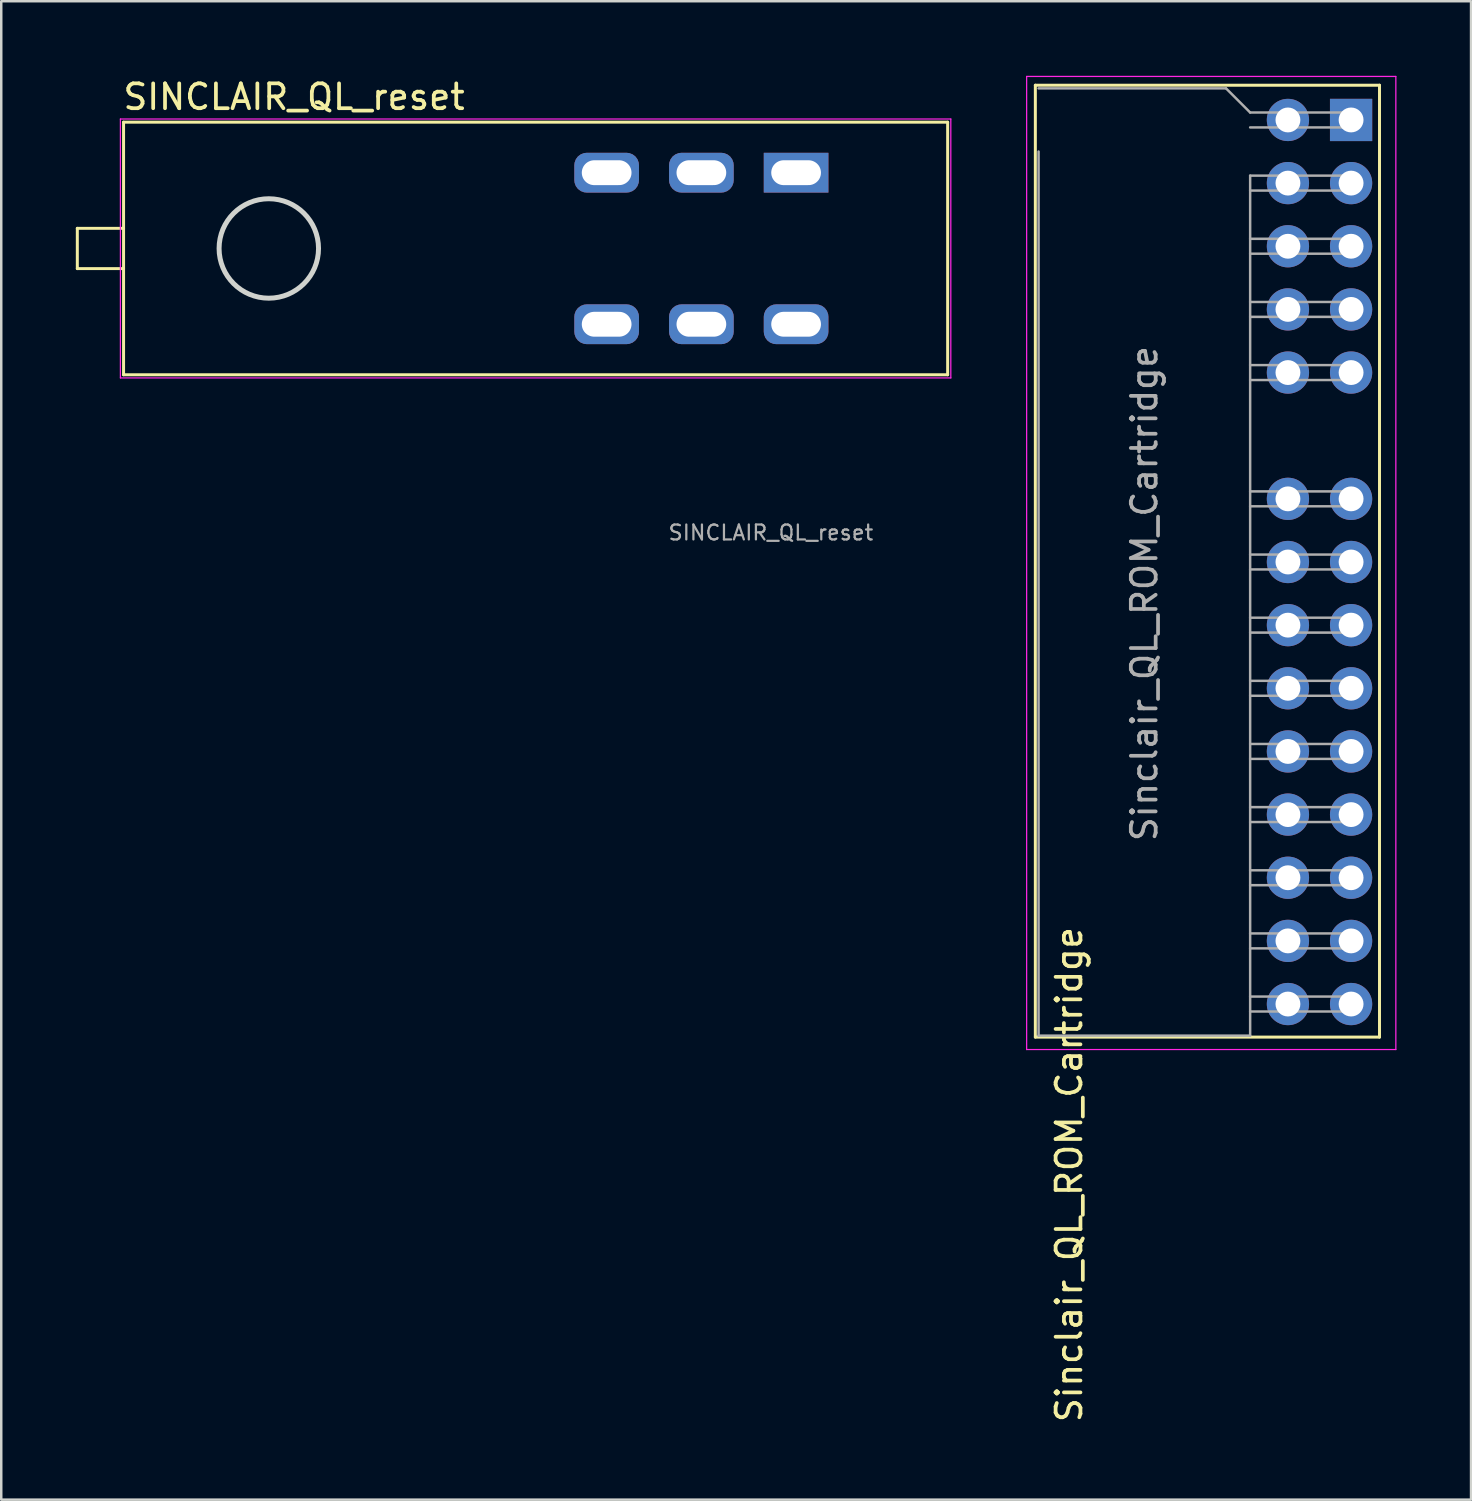
<source format=kicad_pcb>
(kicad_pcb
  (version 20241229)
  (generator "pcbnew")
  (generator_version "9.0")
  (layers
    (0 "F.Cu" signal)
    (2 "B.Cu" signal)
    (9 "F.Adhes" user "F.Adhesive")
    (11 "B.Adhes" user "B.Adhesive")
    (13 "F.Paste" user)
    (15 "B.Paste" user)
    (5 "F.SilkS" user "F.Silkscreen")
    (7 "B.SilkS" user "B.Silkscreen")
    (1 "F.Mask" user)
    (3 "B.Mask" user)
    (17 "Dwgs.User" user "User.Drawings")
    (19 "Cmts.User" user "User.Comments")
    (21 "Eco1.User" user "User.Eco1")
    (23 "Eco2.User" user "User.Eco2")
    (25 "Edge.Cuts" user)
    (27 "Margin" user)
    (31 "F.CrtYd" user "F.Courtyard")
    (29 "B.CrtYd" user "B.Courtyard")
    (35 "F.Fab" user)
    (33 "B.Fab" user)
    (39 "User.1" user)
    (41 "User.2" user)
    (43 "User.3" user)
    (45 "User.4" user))
  (footprint "SINCLAIR_QL_reset"
    (layer "F.Cu")
    (at 28.971 3.896)
    (property "Reference" "SINCLAIR_QL_reset" (at -20.193 -3.048 0) (layer "F.SilkS") (effects (font (size 1 1) (thickness 0.15))))
    (attr through_hole)
    (fp_circle (center -21.209 3.048) (end -18.959 3.048) (stroke (width 0.2) (type solid)) (fill yes) (layer "F.Mask"))
    (fp_circle (center -21.209 3.048) (end -18.959 3.048) (stroke (width 0.2) (type solid)) (fill yes) (layer "B.Mask"))
    (fp_line (start -28.911 2.238) (end -28.911 3.858) (stroke (width 0.12) (type solid)) (layer "F.SilkS"))
    (fp_line (start -28.911 2.238) (end -27.051 2.238) (stroke (width 0.12) (type solid)) (layer "F.SilkS"))
    (fp_line (start -28.911 3.858) (end -27.051 3.858) (stroke (width 0.12) (type solid)) (layer "F.SilkS"))
    (fp_line (start -27.051 -2.032) (end -27.051 8.128) (stroke (width 0.12) (type solid)) (layer "F.SilkS"))
    (fp_line (start -27.051 -2.032) (end 6.096 -2.032) (stroke (width 0.12) (type solid)) (layer "F.SilkS"))
    (fp_line (start -27.051 8.128) (end 6.096 8.128) (stroke (width 0.12) (type solid)) (layer "F.SilkS"))
    (fp_line (start 6.096 -2.032) (end 6.096 8.128) (stroke (width 0.12) (type solid)) (layer "F.SilkS"))
    (fp_circle (center -21.209 3.048) (end -19.209 3.048) (stroke (width 0.2) (type default)) (fill no) (layer "Edge.Cuts"))
    (fp_line (start -27.178 -2.159) (end -27.178 8.255) (stroke (width 0.05) (type solid)) (layer "F.CrtYd"))
    (fp_line (start -27.178 8.255) (end 6.223 8.255) (stroke (width 0.05) (type solid)) (layer "F.CrtYd"))
    (fp_line (start 6.223 -2.159) (end -27.178 -2.159) (stroke (width 0.05) (type solid)) (layer "F.CrtYd"))
    (fp_line (start 6.223 8.255) (end 6.223 -2.159) (stroke (width 0.05) (type solid)) (layer "F.CrtYd"))
    (fp_text user "${REFERENCE}" (at -1.016 14.478 180) (layer "F.Fab") (effects (font (size 0.6 0.6) (thickness 0.09))))
    (pad "1" thru_hole rect (at 0 0) (size 2.6 1.6) (drill oval 2 1) (layers "*.Cu" "*.Mask"))
    (pad "2" thru_hole roundrect (at -3.81 0) (size 2.6 1.6) (drill oval 2 1) (layers "*.Cu" "*.Mask") (roundrect_rratio 0.312))
    (pad "3" thru_hole roundrect (at -7.62 0) (size 2.6 1.6) (drill oval 2 1) (layers "*.Cu" "*.Mask") (roundrect_rratio 0.312))
    (pad "4" thru_hole roundrect (at 0 6.096) (size 2.6 1.6) (drill oval 2 1) (layers "*.Cu" "*.Mask") (roundrect_rratio 0.312))
    (pad "5" thru_hole roundrect (at -3.81 6.096) (size 2.6 1.6) (drill oval 2 1) (layers "*.Cu" "*.Mask") (roundrect_rratio 0.312))
    (pad "6" thru_hole roundrect (at -7.62 6.096) (size 2.6 1.6) (drill oval 2 1) (layers "*.Cu" "*.Mask") (roundrect_rratio 0.312)))
  (footprint "Sinclair_QL_ROM_Cartridge"
    (layer "F.Cu")
    (at 51.294 4.315)
    (property "Reference" "Sinclair_QL_ROM_Cartridge" (at -11.34 39.878 270) (layer "F.SilkS") (effects (font (size 1 1) (thickness 0.15))))
    (attr through_hole)
    (fp_line (start -12.7 -3.937) (end -12.7 34.35) (stroke (width 0.12) (type solid)) (layer "F.SilkS"))
    (fp_line (start -12.7 -3.937) (end 1.143 -3.937) (stroke (width 0.12) (type solid)) (layer "F.SilkS"))
    (fp_line (start -12.7 34.35) (end 1.143 34.35) (stroke (width 0.12) (type solid)) (layer "F.SilkS"))
    (fp_line (start 1.143 -3.937) (end 1.143 34.35) (stroke (width 0.12) (type solid)) (layer "F.SilkS"))
    (fp_line (start -13.05 -4.29) (end -13.05 34.85) (stroke (width 0.05) (type solid)) (layer "F.CrtYd"))
    (fp_line (start -13.05 34.85) (end 1.8 34.85) (stroke (width 0.05) (type solid)) (layer "F.CrtYd"))
    (fp_line (start 1.8 -4.29) (end -13.05 -4.29) (stroke (width 0.05) (type solid)) (layer "F.CrtYd"))
    (fp_line (start 1.8 34.85) (end 1.8 -4.29) (stroke (width 0.05) (type solid)) (layer "F.CrtYd"))
    (fp_line (start -12.57 -3.81) (end -5.03 -3.81) (stroke (width 0.1) (type solid)) (layer "F.Fab"))
    (fp_line (start -12.57 34.29) (end -12.57 -1.27) (stroke (width 0.1) (type solid)) (layer "F.Fab"))
    (fp_line (start -5.03 -3.81) (end -4.06 -2.84) (stroke (width 0.1) (type solid)) (layer "F.Fab"))
    (fp_line (start -4.06 -2.24) (end 0 -2.24) (stroke (width 0.1) (type solid)) (layer "F.Fab"))
    (fp_line (start -4.06 -0.3) (end -4.06 34.29) (stroke (width 0.1) (type solid)) (layer "F.Fab"))
    (fp_line (start -4.06 0.3) (end 0 0.3) (stroke (width 0.1) (type solid)) (layer "F.Fab"))
    (fp_line (start -4.06 2.84) (end 0 2.84) (stroke (width 0.1) (type solid)) (layer "F.Fab"))
    (fp_line (start -4.06 5.38) (end 0 5.38) (stroke (width 0.1) (type solid)) (layer "F.Fab"))
    (fp_line (start -4.06 7.92) (end 0 7.92) (stroke (width 0.1) (type solid)) (layer "F.Fab"))
    (fp_line (start -4.06 13) (end 0 13) (stroke (width 0.1) (type solid)) (layer "F.Fab"))
    (fp_line (start -4.06 15.54) (end 0 15.54) (stroke (width 0.1) (type solid)) (layer "F.Fab"))
    (fp_line (start -4.06 18.08) (end 0 18.08) (stroke (width 0.1) (type solid)) (layer "F.Fab"))
    (fp_line (start -4.06 20.62) (end 0 20.62) (stroke (width 0.1) (type solid)) (layer "F.Fab"))
    (fp_line (start -4.06 23.16) (end 0 23.16) (stroke (width 0.1) (type solid)) (layer "F.Fab"))
    (fp_line (start -4.06 25.7) (end 0 25.7) (stroke (width 0.1) (type solid)) (layer "F.Fab"))
    (fp_line (start -4.06 28.24) (end 0 28.24) (stroke (width 0.1) (type solid)) (layer "F.Fab"))
    (fp_line (start -4.06 30.78) (end 0 30.78) (stroke (width 0.1) (type solid)) (layer "F.Fab"))
    (fp_line (start -4.06 33.32) (end 0 33.32) (stroke (width 0.1) (type solid)) (layer "F.Fab"))
    (fp_line (start -4.06 34.29) (end -12.57 34.29) (stroke (width 0.1) (type solid)) (layer "F.Fab"))
    (fp_line (start 0 -2.84) (end -4.06 -2.84) (stroke (width 0.1) (type solid)) (layer "F.Fab"))
    (fp_line (start 0 -2.24) (end 0 -2.84) (stroke (width 0.1) (type solid)) (layer "F.Fab"))
    (fp_line (start 0 -0.3) (end -4.06 -0.3) (stroke (width 0.1) (type solid)) (layer "F.Fab"))
    (fp_line (start 0 0.3) (end 0 -0.3) (stroke (width 0.1) (type solid)) (layer "F.Fab"))
    (fp_line (start 0 2.24) (end -4.06 2.24) (stroke (width 0.1) (type solid)) (layer "F.Fab"))
    (fp_line (start 0 2.84) (end 0 2.24) (stroke (width 0.1) (type solid)) (layer "F.Fab"))
    (fp_line (start 0 4.78) (end -4.06 4.78) (stroke (width 0.1) (type solid)) (layer "F.Fab"))
    (fp_line (start 0 5.38) (end 0 4.78) (stroke (width 0.1) (type solid)) (layer "F.Fab"))
    (fp_line (start 0 7.32) (end -4.06 7.32) (stroke (width 0.1) (type solid)) (layer "F.Fab"))
    (fp_line (start 0 7.92) (end 0 7.32) (stroke (width 0.1) (type solid)) (layer "F.Fab"))
    (fp_line (start 0 12.4) (end -4.06 12.4) (stroke (width 0.1) (type solid)) (layer "F.Fab"))
    (fp_line (start 0 13) (end 0 12.4) (stroke (width 0.1) (type solid)) (layer "F.Fab"))
    (fp_line (start 0 14.94) (end -4.06 14.94) (stroke (width 0.1) (type solid)) (layer "F.Fab"))
    (fp_line (start 0 15.54) (end 0 14.94) (stroke (width 0.1) (type solid)) (layer "F.Fab"))
    (fp_line (start 0 17.48) (end -4.06 17.48) (stroke (width 0.1) (type solid)) (layer "F.Fab"))
    (fp_line (start 0 18.08) (end 0 17.48) (stroke (width 0.1) (type solid)) (layer "F.Fab"))
    (fp_line (start 0 20.02) (end -4.06 20.02) (stroke (width 0.1) (type solid)) (layer "F.Fab"))
    (fp_line (start 0 20.62) (end 0 20.02) (stroke (width 0.1) (type solid)) (layer "F.Fab"))
    (fp_line (start 0 22.56) (end -4.06 22.56) (stroke (width 0.1) (type solid)) (layer "F.Fab"))
    (fp_line (start 0 23.16) (end 0 22.56) (stroke (width 0.1) (type solid)) (layer "F.Fab"))
    (fp_line (start 0 25.1) (end -4.06 25.1) (stroke (width 0.1) (type solid)) (layer "F.Fab"))
    (fp_line (start 0 25.7) (end 0 25.1) (stroke (width 0.1) (type solid)) (layer "F.Fab"))
    (fp_line (start 0 27.64) (end -4.06 27.64) (stroke (width 0.1) (type solid)) (layer "F.Fab"))
    (fp_line (start 0 28.24) (end 0 27.64) (stroke (width 0.1) (type solid)) (layer "F.Fab"))
    (fp_line (start 0 30.18) (end -4.06 30.18) (stroke (width 0.1) (type solid)) (layer "F.Fab"))
    (fp_line (start 0 30.78) (end 0 30.18) (stroke (width 0.1) (type solid)) (layer "F.Fab"))
    (fp_line (start 0 32.72) (end -4.06 32.72) (stroke (width 0.1) (type solid)) (layer "F.Fab"))
    (fp_line (start 0 33.32) (end 0 32.72) (stroke (width 0.1) (type solid)) (layer "F.Fab"))
    (fp_text user "${REFERENCE}" (at -8.315 16.51 90) (layer "F.Fab") (effects (font (size 1 1) (thickness 0.15))))
    (pad "1" thru_hole rect (at 0 -2.54) (size 1.7 1.7) (drill 1) (layers "*.Cu" "*.Mask"))
    (pad "2" thru_hole oval (at -2.54 -2.54) (size 1.7 1.7) (drill 1) (layers "*.Cu" "*.Mask"))
    (pad "3" thru_hole oval (at 0 0) (size 1.7 1.7) (drill 1) (layers "*.Cu" "*.Mask"))
    (pad "4" thru_hole oval (at -2.54 0) (size 1.7 1.7) (drill 1) (layers "*.Cu" "*.Mask"))
    (pad "5" thru_hole oval (at 0 2.54) (size 1.7 1.7) (drill 1) (layers "*.Cu" "*.Mask"))
    (pad "6" thru_hole oval (at -2.54 2.54) (size 1.7 1.7) (drill 1) (layers "*.Cu" "*.Mask"))
    (pad "7" thru_hole oval (at 0 5.08) (size 1.7 1.7) (drill 1) (layers "*.Cu" "*.Mask"))
    (pad "8" thru_hole oval (at -2.54 5.08) (size 1.7 1.7) (drill 1) (layers "*.Cu" "*.Mask"))
    (pad "9" thru_hole oval (at 0 7.62) (size 1.7 1.7) (drill 1) (layers "*.Cu" "*.Mask"))
    (pad "10" thru_hole oval (at -2.54 7.62) (size 1.7 1.7) (drill 1) (layers "*.Cu" "*.Mask"))
    (pad "11" thru_hole oval (at 0 12.7) (size 1.7 1.7) (drill 1) (layers "*.Cu" "*.Mask"))
    (pad "12" thru_hole oval (at -2.54 12.7) (size 1.7 1.7) (drill 1) (layers "*.Cu" "*.Mask"))
    (pad "13" thru_hole oval (at 0 15.24) (size 1.7 1.7) (drill 1) (layers "*.Cu" "*.Mask"))
    (pad "14" thru_hole oval (at -2.54 15.24) (size 1.7 1.7) (drill 1) (layers "*.Cu" "*.Mask"))
    (pad "15" thru_hole oval (at 0 17.78) (size 1.7 1.7) (drill 1) (layers "*.Cu" "*.Mask"))
    (pad "16" thru_hole oval (at -2.54 17.78) (size 1.7 1.7) (drill 1) (layers "*.Cu" "*.Mask"))
    (pad "17" thru_hole oval (at 0 20.32) (size 1.7 1.7) (drill 1) (layers "*.Cu" "*.Mask"))
    (pad "18" thru_hole oval (at -2.54 20.32) (size 1.7 1.7) (drill 1) (layers "*.Cu" "*.Mask"))
    (pad "19" thru_hole oval (at 0 22.86) (size 1.7 1.7) (drill 1) (layers "*.Cu" "*.Mask"))
    (pad "20" thru_hole oval (at -2.54 22.86) (size 1.7 1.7) (drill 1) (layers "*.Cu" "*.Mask"))
    (pad "21" thru_hole oval (at 0 25.4) (size 1.7 1.7) (drill 1) (layers "*.Cu" "*.Mask"))
    (pad "22" thru_hole oval (at -2.54 25.4) (size 1.7 1.7) (drill 1) (layers "*.Cu" "*.Mask"))
    (pad "23" thru_hole oval (at 0 27.94) (size 1.7 1.7) (drill 1) (layers "*.Cu" "*.Mask"))
    (pad "24" thru_hole oval (at -2.54 27.94) (size 1.7 1.7) (drill 1) (layers "*.Cu" "*.Mask"))
    (pad "25" thru_hole oval (at 0 30.48) (size 1.7 1.7) (drill 1) (layers "*.Cu" "*.Mask"))
    (pad "26" thru_hole oval (at -2.54 30.48) (size 1.7 1.7) (drill 1) (layers "*.Cu" "*.Mask"))
    (pad "27" thru_hole oval (at 0 33.02) (size 1.7 1.7) (drill 1) (layers "*.Cu" "*.Mask"))
    (pad "28" thru_hole oval (at -2.54 33.02) (size 1.7 1.7) (drill 1) (layers "*.Cu" "*.Mask")))
  (gr_rect
    (start -3 -3)
    (end 56.119 57.27)
    (stroke (width 0.1) (type default))
    (fill no)
    (layer "Edge.Cuts")))
</source>
